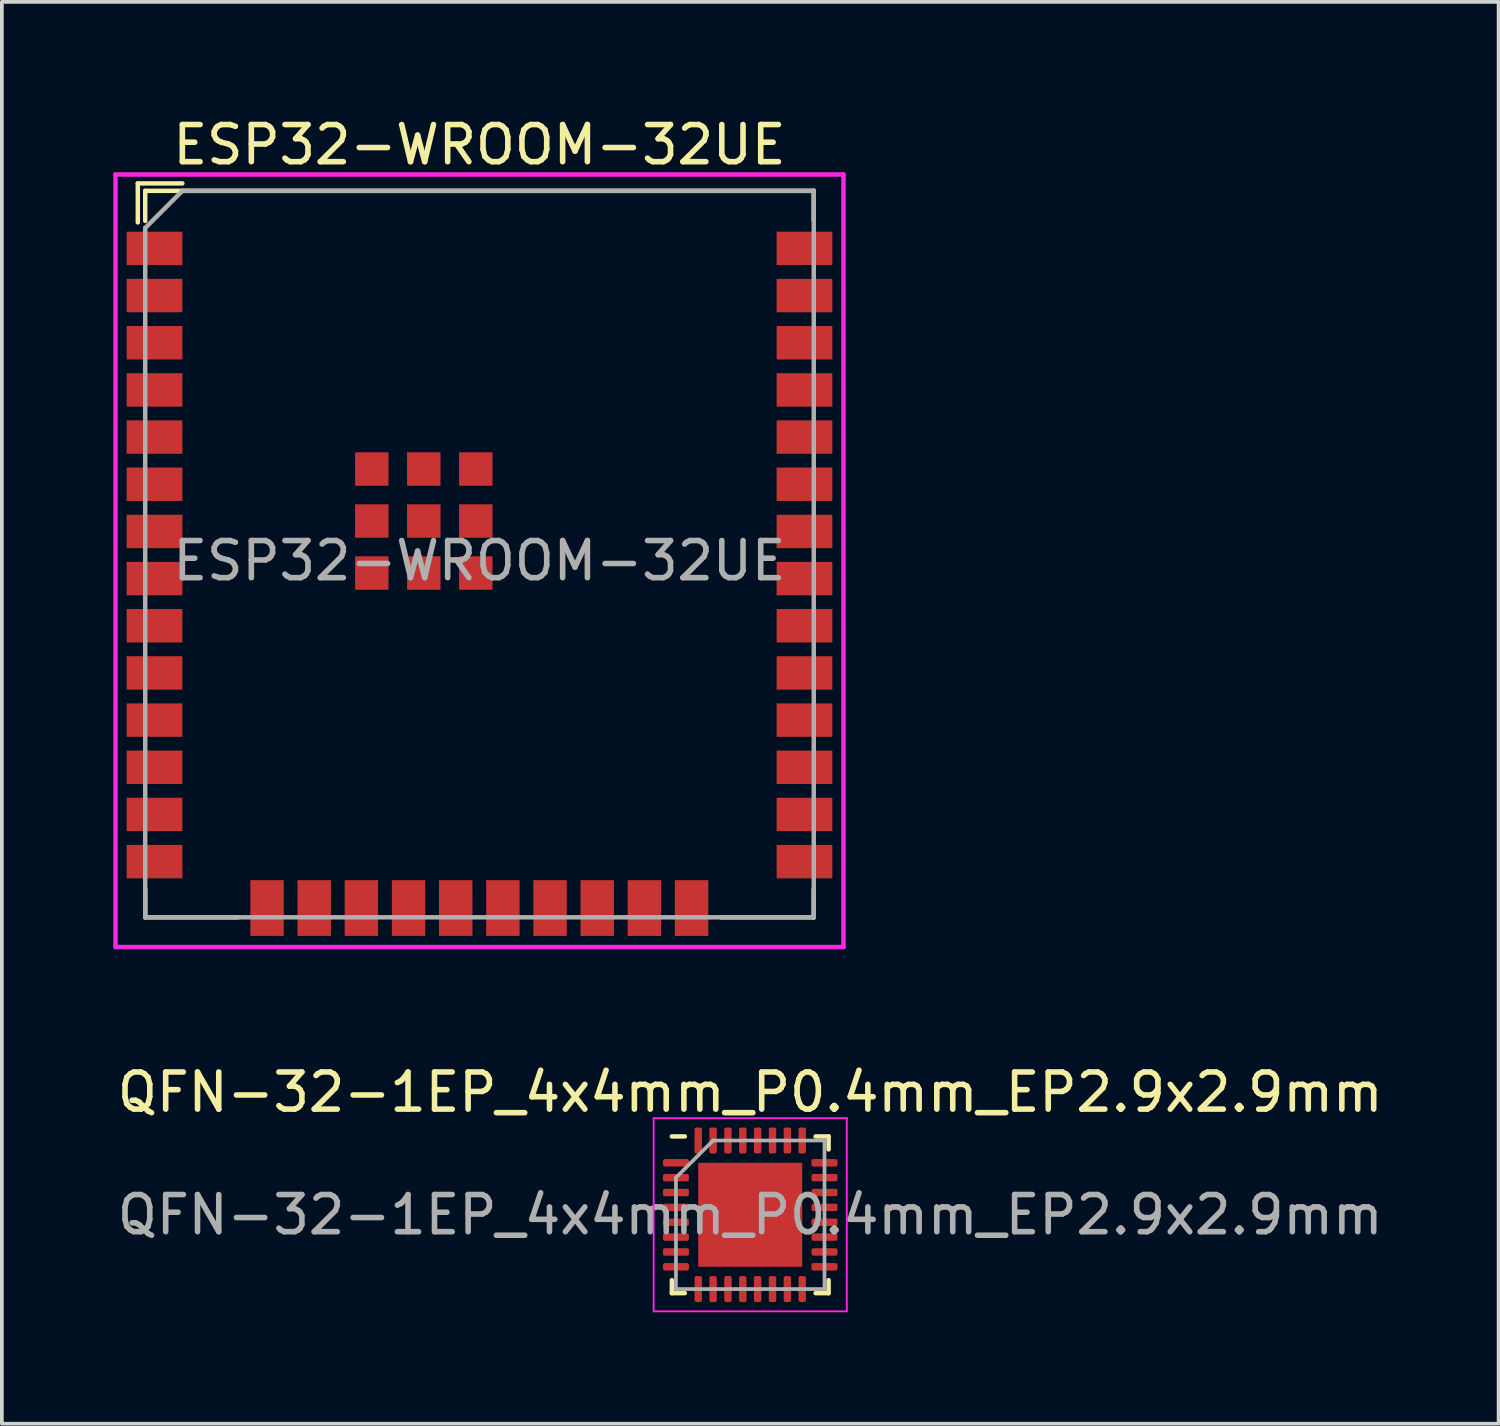
<source format=kicad_pcb>
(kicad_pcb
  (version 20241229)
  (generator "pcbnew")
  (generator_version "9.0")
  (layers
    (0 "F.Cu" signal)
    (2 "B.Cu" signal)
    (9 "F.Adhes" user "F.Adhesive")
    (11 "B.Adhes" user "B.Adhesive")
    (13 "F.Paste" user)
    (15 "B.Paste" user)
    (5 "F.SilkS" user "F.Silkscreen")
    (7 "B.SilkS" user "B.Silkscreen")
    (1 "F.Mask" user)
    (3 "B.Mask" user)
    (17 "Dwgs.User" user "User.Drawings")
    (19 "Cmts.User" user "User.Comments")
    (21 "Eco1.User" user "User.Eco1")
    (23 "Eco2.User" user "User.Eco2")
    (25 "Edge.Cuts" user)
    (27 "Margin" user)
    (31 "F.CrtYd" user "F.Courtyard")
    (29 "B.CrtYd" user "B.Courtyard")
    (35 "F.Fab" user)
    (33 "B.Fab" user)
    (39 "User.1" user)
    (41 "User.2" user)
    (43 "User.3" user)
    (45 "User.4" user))
  (footprint "ESP32-WROOM-32UE"
    (layer "F.Cu")
    (at 9.86 12.048)
    (property "Reference" "ESP32-WROOM-32UE" (at 0 -11.2 0) (layer "F.SilkS") (effects (font (size 1 1) (thickness 0.15))))
    (attr smd)
    (fp_line (start -9.2 -10.16) (end -9.2 -9.11) (stroke (width 0.12) (type solid)) (layer "F.SilkS"))
    (fp_line (start -9 -9.96) (end -9 -9.15) (stroke (width 0.12) (type solid)) (layer "F.SilkS"))
    (fp_line (start -9 8.85) (end -9 9.6) (stroke (width 0.12) (type solid)) (layer "F.SilkS"))
    (fp_line (start -9 9.6) (end -6.5 9.6) (stroke (width 0.12) (type solid)) (layer "F.SilkS"))
    (fp_line (start -8 -10.16) (end -9.2 -10.16) (stroke (width 0.12) (type solid)) (layer "F.SilkS"))
    (fp_line (start 6.5 9.6) (end 9 9.6) (stroke (width 0.12) (type solid)) (layer "F.SilkS"))
    (fp_line (start 9 -9.96) (end -9 -9.96) (stroke (width 0.12) (type solid)) (layer "F.SilkS"))
    (fp_line (start 9 -9.96) (end 9 -9.15) (stroke (width 0.12) (type solid)) (layer "F.SilkS"))
    (fp_line (start 9 8.85) (end 9 9.6) (stroke (width 0.12) (type solid)) (layer "F.SilkS"))
    (fp_line (start -9 -9.96) (end 9 -9.96) (stroke (width 0.12) (type solid)) (layer "Eco2.User"))
    (fp_line (start -9 9.6) (end -9 -9.96) (stroke (width 0.12) (type solid)) (layer "Eco2.User"))
    (fp_line (start 9 -9.96) (end 9 9.6) (stroke (width 0.12) (type solid)) (layer "Eco2.User"))
    (fp_line (start 9 9.6) (end -9 9.6) (stroke (width 0.12) (type solid)) (layer "Eco2.User"))
    (fp_line (start -9.8 -10.4) (end -9.8 10.4) (stroke (width 0.12) (type solid)) (layer "F.CrtYd"))
    (fp_line (start -9.8 -10.4) (end 9.8 -10.4) (stroke (width 0.12) (type solid)) (layer "F.CrtYd"))
    (fp_line (start -9.8 10.4) (end 9.8 10.4) (stroke (width 0.12) (type solid)) (layer "F.CrtYd"))
    (fp_line (start 9.8 -10.4) (end 9.8 10.4) (stroke (width 0.12) (type solid)) (layer "F.CrtYd"))
    (fp_line (start -9 9.6) (end -9 -8.96) (stroke (width 0.12) (type solid)) (layer "F.Fab"))
    (fp_line (start -8 -9.96) (end -9 -8.96) (stroke (width 0.12) (type solid)) (layer "F.Fab"))
    (fp_line (start -8 -9.96) (end 9 -9.96) (stroke (width 0.12) (type solid)) (layer "F.Fab"))
    (fp_line (start 9 -9.96) (end 9 9.6) (stroke (width 0.12) (type solid)) (layer "F.Fab"))
    (fp_line (start 9 9.6) (end -9 9.6) (stroke (width 0.12) (type solid)) (layer "F.Fab"))
    (fp_text user "${REFERENCE}" (at 0 0 0) (layer "F.Fab") (effects (font (size 1 1) (thickness 0.15))))
    (pad "1" smd rect (at -8.75 -8.41) (size 1.5 0.9) (layers "F.Cu" "F.Mask" "F.Paste"))
    (pad "2" smd rect (at -8.75 -7.14) (size 1.5 0.9) (layers "F.Cu" "F.Mask" "F.Paste"))
    (pad "3" smd rect (at -8.75 -5.87) (size 1.5 0.9) (layers "F.Cu" "F.Mask" "F.Paste"))
    (pad "4" smd rect (at -8.75 -4.6) (size 1.5 0.9) (layers "F.Cu" "F.Mask" "F.Paste"))
    (pad "5" smd rect (at -8.75 -3.33) (size 1.5 0.9) (layers "F.Cu" "F.Mask" "F.Paste"))
    (pad "6" smd rect (at -8.75 -2.06) (size 1.5 0.9) (layers "F.Cu" "F.Mask" "F.Paste"))
    (pad "7" smd rect (at -8.75 -0.79) (size 1.5 0.9) (layers "F.Cu" "F.Mask" "F.Paste"))
    (pad "8" smd rect (at -8.75 0.48) (size 1.5 0.9) (layers "F.Cu" "F.Mask" "F.Paste"))
    (pad "9" smd rect (at -8.75 1.75) (size 1.5 0.9) (layers "F.Cu" "F.Mask" "F.Paste"))
    (pad "10" smd rect (at -8.75 3.02) (size 1.5 0.9) (layers "F.Cu" "F.Mask" "F.Paste"))
    (pad "11" smd rect (at -8.75 4.29) (size 1.5 0.9) (layers "F.Cu" "F.Mask" "F.Paste"))
    (pad "12" smd rect (at -8.75 5.56) (size 1.5 0.9) (layers "F.Cu" "F.Mask" "F.Paste"))
    (pad "13" smd rect (at -8.75 6.83) (size 1.5 0.9) (layers "F.Cu" "F.Mask" "F.Paste"))
    (pad "14" smd rect (at -8.75 8.1) (size 1.5 0.9) (layers "F.Cu" "F.Mask" "F.Paste"))
    (pad "15" smd rect (at -5.72 9.35 90) (size 1.5 0.9) (layers "F.Cu" "F.Mask" "F.Paste"))
    (pad "16" smd rect (at -4.45 9.35 90) (size 1.5 0.9) (layers "F.Cu" "F.Mask" "F.Paste"))
    (pad "17" smd rect (at -3.18 9.35 90) (size 1.5 0.9) (layers "F.Cu" "F.Mask" "F.Paste"))
    (pad "18" smd rect (at -1.91 9.35 90) (size 1.5 0.9) (layers "F.Cu" "F.Mask" "F.Paste"))
    (pad "19" smd rect (at -0.64 9.35 90) (size 1.5 0.9) (layers "F.Cu" "F.Mask" "F.Paste"))
    (pad "20" smd rect (at 0.63 9.35 90) (size 1.5 0.9) (layers "F.Cu" "F.Mask" "F.Paste"))
    (pad "21" smd rect (at 1.9 9.35 90) (size 1.5 0.9) (layers "F.Cu" "F.Mask" "F.Paste"))
    (pad "22" smd rect (at 3.17 9.35 90) (size 1.5 0.9) (layers "F.Cu" "F.Mask" "F.Paste"))
    (pad "23" smd rect (at 4.44 9.35 90) (size 1.5 0.9) (layers "F.Cu" "F.Mask" "F.Paste"))
    (pad "24" smd rect (at 5.71 9.35 90) (size 1.5 0.9) (layers "F.Cu" "F.Mask" "F.Paste"))
    (pad "25" smd rect (at 8.75 8.1 180) (size 1.5 0.9) (layers "F.Cu" "F.Mask" "F.Paste"))
    (pad "26" smd rect (at 8.75 6.83 180) (size 1.5 0.9) (layers "F.Cu" "F.Mask" "F.Paste"))
    (pad "27" smd rect (at 8.75 5.56 180) (size 1.5 0.9) (layers "F.Cu" "F.Mask" "F.Paste"))
    (pad "28" smd rect (at 8.75 4.29 180) (size 1.5 0.9) (layers "F.Cu" "F.Mask" "F.Paste"))
    (pad "29" smd rect (at 8.75 3.02 180) (size 1.5 0.9) (layers "F.Cu" "F.Mask" "F.Paste"))
    (pad "30" smd rect (at 8.75 1.75 180) (size 1.5 0.9) (layers "F.Cu" "F.Mask" "F.Paste"))
    (pad "31" smd rect (at 8.75 0.48 180) (size 1.5 0.9) (layers "F.Cu" "F.Mask" "F.Paste"))
    (pad "32" smd rect (at 8.75 -0.79 180) (size 1.5 0.9) (layers "F.Cu" "F.Mask" "F.Paste"))
    (pad "33" smd rect (at 8.75 -2.06 180) (size 1.5 0.9) (layers "F.Cu" "F.Mask" "F.Paste"))
    (pad "34" smd rect (at 8.75 -3.33 180) (size 1.5 0.9) (layers "F.Cu" "F.Mask" "F.Paste"))
    (pad "35" smd rect (at 8.75 -4.6 180) (size 1.5 0.9) (layers "F.Cu" "F.Mask" "F.Paste"))
    (pad "36" smd rect (at 8.75 -5.87 180) (size 1.5 0.9) (layers "F.Cu" "F.Mask" "F.Paste"))
    (pad "37" smd rect (at 8.75 -7.14 180) (size 1.5 0.9) (layers "F.Cu" "F.Mask" "F.Paste"))
    (pad "38" smd rect (at 8.75 -8.41 180) (size 1.5 0.9) (layers "F.Cu" "F.Mask" "F.Paste"))
    (pad "39" smd rect (at -2.9 -2.47 180) (size 0.9 0.9) (layers "F.Cu" "F.Mask" "F.Paste"))
    (pad "39" smd rect (at -2.9 -1.07 180) (size 0.9 0.9) (layers "F.Cu" "F.Mask" "F.Paste"))
    (pad "39" smd rect (at -2.9 0.33 180) (size 0.9 0.9) (layers "F.Cu" "F.Mask" "F.Paste"))
    (pad "39" smd rect (at -1.5 -2.47 180) (size 0.9 0.9) (layers "F.Cu" "F.Mask" "F.Paste"))
    (pad "39" smd rect (at -1.5 -1.07 180) (size 0.9 0.9) (layers "F.Cu" "F.Mask" "F.Paste"))
    (pad "39" smd rect (at -1.5 0.33 180) (size 0.9 0.9) (layers "F.Cu" "F.Mask" "F.Paste"))
    (pad "39" smd rect (at -0.1 -2.47 180) (size 0.9 0.9) (layers "F.Cu" "F.Mask" "F.Paste"))
    (pad "39" smd rect (at -0.1 -1.07 180) (size 0.9 0.9) (layers "F.Cu" "F.Mask" "F.Paste"))
    (pad "39" smd rect (at -0.1 0.33 180) (size 0.9 0.9) (layers "F.Cu" "F.Mask" "F.Paste")))
  (footprint "QFN-32-1EP_4x4mm_P0.4mm_EP2.9x2.9mm"
    (layer "F.Cu")
    (at 17.149 29.657)
    (property "Reference" "QFN-32-1EP_4x4mm_P0.4mm_EP2.9x2.9mm" (at 0 -3.3 0) (layer "F.SilkS") (effects (font (size 1 1) (thickness 0.15))))
    (attr smd)
    (fp_line (start -2.11 2.11) (end -2.11 1.76) (stroke (width 0.12) (type solid)) (layer "F.SilkS"))
    (fp_line (start -1.76 -2.11) (end -2.11 -2.11) (stroke (width 0.12) (type solid)) (layer "F.SilkS"))
    (fp_line (start -1.76 2.11) (end -2.11 2.11) (stroke (width 0.12) (type solid)) (layer "F.SilkS"))
    (fp_line (start 1.76 -2.11) (end 2.11 -2.11) (stroke (width 0.12) (type solid)) (layer "F.SilkS"))
    (fp_line (start 1.76 2.11) (end 2.11 2.11) (stroke (width 0.12) (type solid)) (layer "F.SilkS"))
    (fp_line (start 2.11 -2.11) (end 2.11 -1.76) (stroke (width 0.12) (type solid)) (layer "F.SilkS"))
    (fp_line (start 2.11 2.11) (end 2.11 1.76) (stroke (width 0.12) (type solid)) (layer "F.SilkS"))
    (fp_line (start -2.6 -2.6) (end -2.6 2.6) (stroke (width 0.05) (type solid)) (layer "F.CrtYd"))
    (fp_line (start -2.6 2.6) (end 2.6 2.6) (stroke (width 0.05) (type solid)) (layer "F.CrtYd"))
    (fp_line (start 2.6 -2.6) (end -2.6 -2.6) (stroke (width 0.05) (type solid)) (layer "F.CrtYd"))
    (fp_line (start 2.6 2.6) (end 2.6 -2.6) (stroke (width 0.05) (type solid)) (layer "F.CrtYd"))
    (fp_line (start -2 -1) (end -1 -2) (stroke (width 0.1) (type solid)) (layer "F.Fab"))
    (fp_line (start -2 2) (end -2 -1) (stroke (width 0.1) (type solid)) (layer "F.Fab"))
    (fp_line (start -1 -2) (end 2 -2) (stroke (width 0.1) (type solid)) (layer "F.Fab"))
    (fp_line (start 2 -2) (end 2 2) (stroke (width 0.1) (type solid)) (layer "F.Fab"))
    (fp_line (start 2 2) (end -2 2) (stroke (width 0.1) (type solid)) (layer "F.Fab"))
    (fp_text user "${REFERENCE}" (at 0 0 0) (layer "F.Fab") (effects (font (size 1 1) (thickness 0.15))))
    (pad "" smd roundrect (at -0.725 -0.725) (size 1.17 1.17) (layers "F.Paste") (roundrect_rratio 0.214))
    (pad "" smd roundrect (at -0.725 0.725) (size 1.17 1.17) (layers "F.Paste") (roundrect_rratio 0.214))
    (pad "" smd roundrect (at 0.725 -0.725) (size 1.17 1.17) (layers "F.Paste") (roundrect_rratio 0.214))
    (pad "" smd roundrect (at 0.725 0.725) (size 1.17 1.17) (layers "F.Paste") (roundrect_rratio 0.214))
    (pad "1" smd roundrect (at -2 -1.4) (size 0.7 0.2) (layers "F.Cu" "F.Mask" "F.Paste") (roundrect_rratio 0.25))
    (pad "2" smd roundrect (at -2 -1) (size 0.7 0.2) (layers "F.Cu" "F.Mask" "F.Paste") (roundrect_rratio 0.25))
    (pad "3" smd roundrect (at -2 -0.6) (size 0.7 0.2) (layers "F.Cu" "F.Mask" "F.Paste") (roundrect_rratio 0.25))
    (pad "4" smd roundrect (at -2 -0.2) (size 0.7 0.2) (layers "F.Cu" "F.Mask" "F.Paste") (roundrect_rratio 0.25))
    (pad "5" smd roundrect (at -2 0.2) (size 0.7 0.2) (layers "F.Cu" "F.Mask" "F.Paste") (roundrect_rratio 0.25))
    (pad "6" smd roundrect (at -2 0.6) (size 0.7 0.2) (layers "F.Cu" "F.Mask" "F.Paste") (roundrect_rratio 0.25))
    (pad "7" smd roundrect (at -2 1) (size 0.7 0.2) (layers "F.Cu" "F.Mask" "F.Paste") (roundrect_rratio 0.25))
    (pad "8" smd roundrect (at -2 1.4) (size 0.7 0.2) (layers "F.Cu" "F.Mask" "F.Paste") (roundrect_rratio 0.25))
    (pad "9" smd roundrect (at -1.4 2) (size 0.2 0.7) (layers "F.Cu" "F.Mask" "F.Paste") (roundrect_rratio 0.25))
    (pad "10" smd roundrect (at -1 2) (size 0.2 0.7) (layers "F.Cu" "F.Mask" "F.Paste") (roundrect_rratio 0.25))
    (pad "11" smd roundrect (at -0.6 2) (size 0.2 0.7) (layers "F.Cu" "F.Mask" "F.Paste") (roundrect_rratio 0.25))
    (pad "12" smd roundrect (at -0.2 2) (size 0.2 0.7) (layers "F.Cu" "F.Mask" "F.Paste") (roundrect_rratio 0.25))
    (pad "13" smd roundrect (at 0.2 2) (size 0.2 0.7) (layers "F.Cu" "F.Mask" "F.Paste") (roundrect_rratio 0.25))
    (pad "14" smd roundrect (at 0.6 2) (size 0.2 0.7) (layers "F.Cu" "F.Mask" "F.Paste") (roundrect_rratio 0.25))
    (pad "15" smd roundrect (at 1 2) (size 0.2 0.7) (layers "F.Cu" "F.Mask" "F.Paste") (roundrect_rratio 0.25))
    (pad "16" smd roundrect (at 1.4 2) (size 0.2 0.7) (layers "F.Cu" "F.Mask" "F.Paste") (roundrect_rratio 0.25))
    (pad "17" smd roundrect (at 2 1.4) (size 0.7 0.2) (layers "F.Cu" "F.Mask" "F.Paste") (roundrect_rratio 0.25))
    (pad "18" smd roundrect (at 2 1) (size 0.7 0.2) (layers "F.Cu" "F.Mask" "F.Paste") (roundrect_rratio 0.25))
    (pad "19" smd roundrect (at 2 0.6) (size 0.7 0.2) (layers "F.Cu" "F.Mask" "F.Paste") (roundrect_rratio 0.25))
    (pad "20" smd roundrect (at 2 0.2) (size 0.7 0.2) (layers "F.Cu" "F.Mask" "F.Paste") (roundrect_rratio 0.25))
    (pad "21" smd roundrect (at 2 -0.2) (size 0.7 0.2) (layers "F.Cu" "F.Mask" "F.Paste") (roundrect_rratio 0.25))
    (pad "22" smd roundrect (at 2 -0.6) (size 0.7 0.2) (layers "F.Cu" "F.Mask" "F.Paste") (roundrect_rratio 0.25))
    (pad "23" smd roundrect (at 2 -1) (size 0.7 0.2) (layers "F.Cu" "F.Mask" "F.Paste") (roundrect_rratio 0.25))
    (pad "24" smd roundrect (at 2 -1.4) (size 0.7 0.2) (layers "F.Cu" "F.Mask" "F.Paste") (roundrect_rratio 0.25))
    (pad "25" smd roundrect (at 1.4 -2) (size 0.2 0.7) (layers "F.Cu" "F.Mask" "F.Paste") (roundrect_rratio 0.25))
    (pad "26" smd roundrect (at 1 -2) (size 0.2 0.7) (layers "F.Cu" "F.Mask" "F.Paste") (roundrect_rratio 0.25))
    (pad "27" smd roundrect (at 0.6 -2) (size 0.2 0.7) (layers "F.Cu" "F.Mask" "F.Paste") (roundrect_rratio 0.25))
    (pad "28" smd roundrect (at 0.2 -2) (size 0.2 0.7) (layers "F.Cu" "F.Mask" "F.Paste") (roundrect_rratio 0.25))
    (pad "29" smd roundrect (at -0.2 -2) (size 0.2 0.7) (layers "F.Cu" "F.Mask" "F.Paste") (roundrect_rratio 0.25))
    (pad "30" smd roundrect (at -0.6 -2) (size 0.2 0.7) (layers "F.Cu" "F.Mask" "F.Paste") (roundrect_rratio 0.25))
    (pad "31" smd roundrect (at -1 -2) (size 0.2 0.7) (layers "F.Cu" "F.Mask" "F.Paste") (roundrect_rratio 0.25))
    (pad "32" smd roundrect (at -1.4 -2) (size 0.2 0.7) (layers "F.Cu" "F.Mask" "F.Paste") (roundrect_rratio 0.25))
    (pad "33" smd rect (at 0 0) (size 2.8 2.8) (layers "F.Cu" "F.Mask")))
  (gr_rect
    (start -3 -3)
    (end 37.298 35.282)
    (stroke (width 0.1) (type default))
    (fill no)
    (layer "Edge.Cuts")))
</source>
